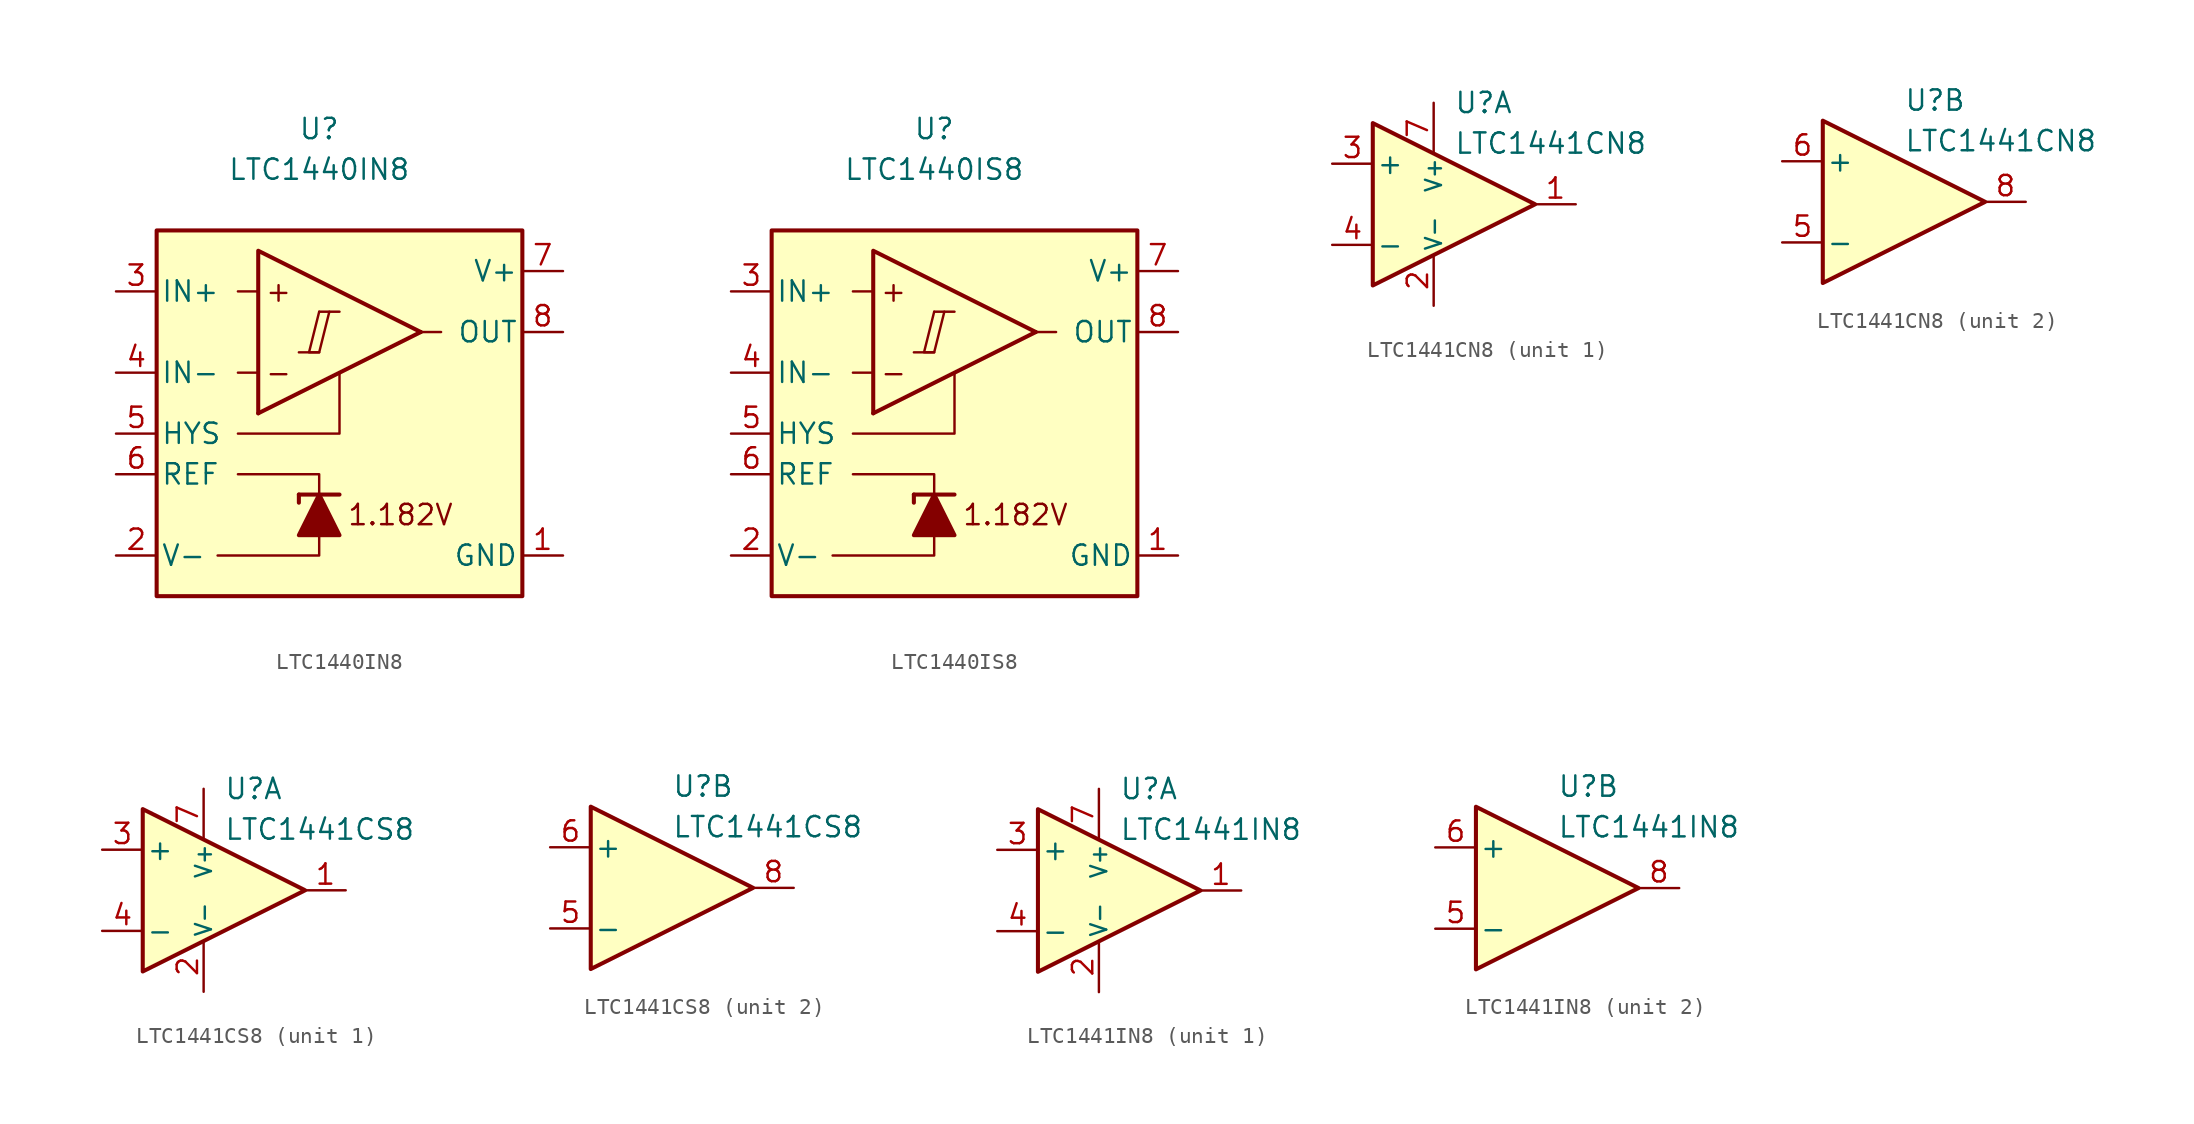
<source format=kicad_sym>
(kicad_symbol_lib
  (version 20231120)
  (generator "kicad_symbol_editor")
  (generator_version "8.0")
  (symbol "LTC1440IN8"
    (pin_names
      (offset 0.254))
    (property "Reference" "U"
      (at 0 16.51 0)
      (effects (font (size 1.27 1.27))))
    (property "Value" "LTC1440IN8"
      (at 0 13.97 0)
      (effects (font (size 1.27 1.27))))
    (symbol "LTC1440IN8_0_0"
      (polyline (pts (xy -1.27 2.54) (xy 0 2.54)) (stroke (width 0.152) (type default)) (fill (type none)))
      (polyline (pts (xy 0 5.08) (xy 1.27 5.08)) (stroke (width 0.152) (type default)) (fill (type none)))
      (polyline (pts (xy 6.35 3.81) (xy -3.81 -1.27)) (stroke (width 0.254) (type default)) (fill (type none)))
      (polyline (pts (xy 6.35 3.81) (xy -3.81 8.89) (xy -3.81 -1.27)) (stroke (width 0.254) (type default)) (fill (type background)))
      (polyline (pts (xy 0 5.08) (xy -0.635 2.54) (xy 0 2.54) (xy 0.635 5.08)) (stroke (width 0.152) (type default)) (fill (type none)))
      (text "+" (at -2.54 6.35 0) (effects (font (size 1.27 1.27))))
      (text "-" (at -2.54 1.27 0) (effects (font (size 1.27 1.27)))))
    (symbol "LTC1440IN8_0_1"
      (polyline (pts (xy -3.81 1.27) (xy -5.08 1.27)) (stroke (width 0) (type default)) (fill (type none)))
      (polyline (pts (xy -3.81 6.35) (xy -5.08 6.35)) (stroke (width 0) (type default)) (fill (type none)))
      (polyline (pts (xy -1.27 -6.35) (xy -1.27 -6.858)) (stroke (width 0.254) (type default)) (fill (type none)))
      (polyline (pts (xy -1.27 -6.35) (xy 1.27 -6.35)) (stroke (width 0.254) (type default)) (fill (type none)))
      (polyline (pts (xy 6.35 3.81) (xy 7.62 3.81)) (stroke (width 0) (type default)) (fill (type none)))
      (polyline (pts (xy 0 -8.89) (xy 0 -10.16) (xy -6.35 -10.16)) (stroke (width 0) (type default)) (fill (type none)))
      (polyline (pts (xy 0 -6.35) (xy 0 -5.08) (xy -5.08 -5.08)) (stroke (width 0) (type default)) (fill (type none)))
      (polyline (pts (xy 1.27 1.27) (xy 1.27 -2.54) (xy -5.08 -2.54)) (stroke (width 0) (type default)) (fill (type none)))
      (polyline (pts (xy 1.27 -8.89) (xy -1.27 -8.89) (xy 0 -6.35) (xy 1.27 -8.89)) (stroke (width 0.254) (type default)) (fill (type outline)))
      (rectangle (start 12.7 10.16) (end -10.16 -12.7) (stroke (width 0.254) (type default)) (fill (type background))))
    (symbol "LTC1440IN8_1_0"
      (text "1.182V" (at 5.08 -7.62 0) (effects (font (size 1.27 1.27)))))
    (symbol "LTC1440IN8_1_1"
      (pin power_in line (at 15.24 -10.16 180) (length 2.54) (name "GND" (effects (font (size 1.27 1.27)))) (number "1" (effects (font (size 1.27 1.27)))))
      (pin power_in line (at -12.7 -10.16 0) (length 2.54) (name "V-" (effects (font (size 1.27 1.27)))) (number "2" (effects (font (size 1.27 1.27)))))
      (pin input line (at -12.7 6.35 0) (length 2.54) (name "IN+" (effects (font (size 1.27 1.27)))) (number "3" (effects (font (size 1.27 1.27)))))
      (pin input line (at -12.7 1.27 0) (length 2.54) (name "IN-" (effects (font (size 1.27 1.27)))) (number "4" (effects (font (size 1.27 1.27)))))
      (pin input line (at -12.7 -2.54 0) (length 2.54) (name "HYS" (effects (font (size 1.27 1.27)))) (number "5" (effects (font (size 1.27 1.27)))))
      (pin output line (at -12.7 -5.08 0) (length 2.54) (name "REF" (effects (font (size 1.27 1.27)))) (number "6" (effects (font (size 1.27 1.27)))))
      (pin power_in line (at 15.24 7.62 180) (length 2.54) (name "V+" (effects (font (size 1.27 1.27)))) (number "7" (effects (font (size 1.27 1.27)))))
      (pin output line (at 15.24 3.81 180) (length 2.54) (name "OUT" (effects (font (size 1.27 1.27)))) (number "8" (effects (font (size 1.27 1.27)))))))
  (symbol "LTC1440IS8"
    (pin_names
      (offset 0.254))
    (property "Reference" "U"
      (at 0 16.51 0)
      (effects (font (size 1.27 1.27))))
    (property "Value" "LTC1440IS8"
      (at 0 13.97 0)
      (effects (font (size 1.27 1.27))))
    (symbol "LTC1440IS8_0_0"
      (polyline (pts (xy -1.27 2.54) (xy 0 2.54)) (stroke (width 0.152) (type default)) (fill (type none)))
      (polyline (pts (xy 0 5.08) (xy 1.27 5.08)) (stroke (width 0.152) (type default)) (fill (type none)))
      (polyline (pts (xy 6.35 3.81) (xy -3.81 -1.27)) (stroke (width 0.254) (type default)) (fill (type none)))
      (polyline (pts (xy 6.35 3.81) (xy -3.81 8.89) (xy -3.81 -1.27)) (stroke (width 0.254) (type default)) (fill (type background)))
      (polyline (pts (xy 0 5.08) (xy -0.635 2.54) (xy 0 2.54) (xy 0.635 5.08)) (stroke (width 0.152) (type default)) (fill (type none)))
      (text "+" (at -2.54 6.35 0) (effects (font (size 1.27 1.27))))
      (text "-" (at -2.54 1.27 0) (effects (font (size 1.27 1.27)))))
    (symbol "LTC1440IS8_0_1"
      (polyline (pts (xy -3.81 1.27) (xy -5.08 1.27)) (stroke (width 0) (type default)) (fill (type none)))
      (polyline (pts (xy -3.81 6.35) (xy -5.08 6.35)) (stroke (width 0) (type default)) (fill (type none)))
      (polyline (pts (xy -1.27 -6.35) (xy -1.27 -6.858)) (stroke (width 0.254) (type default)) (fill (type none)))
      (polyline (pts (xy -1.27 -6.35) (xy 1.27 -6.35)) (stroke (width 0.254) (type default)) (fill (type none)))
      (polyline (pts (xy 6.35 3.81) (xy 7.62 3.81)) (stroke (width 0) (type default)) (fill (type none)))
      (polyline (pts (xy 0 -8.89) (xy 0 -10.16) (xy -6.35 -10.16)) (stroke (width 0) (type default)) (fill (type none)))
      (polyline (pts (xy 0 -6.35) (xy 0 -5.08) (xy -5.08 -5.08)) (stroke (width 0) (type default)) (fill (type none)))
      (polyline (pts (xy 1.27 1.27) (xy 1.27 -2.54) (xy -5.08 -2.54)) (stroke (width 0) (type default)) (fill (type none)))
      (polyline (pts (xy 1.27 -8.89) (xy -1.27 -8.89) (xy 0 -6.35) (xy 1.27 -8.89)) (stroke (width 0.254) (type default)) (fill (type outline)))
      (rectangle (start 12.7 10.16) (end -10.16 -12.7) (stroke (width 0.254) (type default)) (fill (type background))))
    (symbol "LTC1440IS8_1_0"
      (text "1.182V" (at 5.08 -7.62 0) (effects (font (size 1.27 1.27)))))
    (symbol "LTC1440IS8_1_1"
      (pin power_in line (at 15.24 -10.16 180) (length 2.54) (name "GND" (effects (font (size 1.27 1.27)))) (number "1" (effects (font (size 1.27 1.27)))))
      (pin power_in line (at -12.7 -10.16 0) (length 2.54) (name "V-" (effects (font (size 1.27 1.27)))) (number "2" (effects (font (size 1.27 1.27)))))
      (pin input line (at -12.7 6.35 0) (length 2.54) (name "IN+" (effects (font (size 1.27 1.27)))) (number "3" (effects (font (size 1.27 1.27)))))
      (pin input line (at -12.7 1.27 0) (length 2.54) (name "IN-" (effects (font (size 1.27 1.27)))) (number "4" (effects (font (size 1.27 1.27)))))
      (pin input line (at -12.7 -2.54 0) (length 2.54) (name "HYS" (effects (font (size 1.27 1.27)))) (number "5" (effects (font (size 1.27 1.27)))))
      (pin output line (at -12.7 -5.08 0) (length 2.54) (name "REF" (effects (font (size 1.27 1.27)))) (number "6" (effects (font (size 1.27 1.27)))))
      (pin power_in line (at 15.24 7.62 180) (length 2.54) (name "V+" (effects (font (size 1.27 1.27)))) (number "7" (effects (font (size 1.27 1.27)))))
      (pin output line (at 15.24 3.81 180) (length 2.54) (name "OUT" (effects (font (size 1.27 1.27)))) (number "8" (effects (font (size 1.27 1.27)))))))
  (symbol "LTC1441CN8"
    (pin_names
      (offset 0.2))
    (property "Reference" "U"
      (at 1.27 6.35 0)
      (effects (font (size 1.27 1.27)) (justify left)))
    (property "Value" "LTC1441CN8"
      (at 1.27 3.81 0)
      (effects (font (size 1.27 1.27)) (justify left)))
    (property "ki_locked" ""
      (at 0 0 0)
      (effects (font (size 1.27 1.27))))
    (symbol "LTC1441CN8_0_1"
      (polyline (pts (xy -3.81 5.08) (xy -3.81 -5.08) (xy 6.35 0) (xy -3.81 5.08)) (stroke (width 0.254) (type default)) (fill (type background))))
    (symbol "LTC1441CN8_1_1"
      (pin output line (at 8.89 0 180) (length 2.54) (name "~" (effects (font (size 1.27 1.27)))) (number "1" (effects (font (size 1.27 1.27)))))
      (pin power_in line (at 0 -6.35 90) (length 3.18) (name "V-" (effects (font (size 1 1)))) (number "2" (effects (font (size 1.27 1.27)))))
      (pin input line (at -6.35 2.54 0) (length 2.54) (name "+" (effects (font (size 1.27 1.27)))) (number "3" (effects (font (size 1.27 1.27)))))
      (pin input line (at -6.35 -2.54 0) (length 2.54) (name "-" (effects (font (size 1.27 1.27)))) (number "4" (effects (font (size 1.27 1.27)))))
      (pin power_in line (at 0 6.35 270) (length 3.18) (name "V+" (effects (font (size 1 1)))) (number "7" (effects (font (size 1.27 1.27))))))
    (symbol "LTC1441CN8_2_1"
      (pin input line (at -6.35 -2.54 0) (length 2.54) (name "-" (effects (font (size 1.27 1.27)))) (number "5" (effects (font (size 1.27 1.27)))))
      (pin input line (at -6.35 2.54 0) (length 2.54) (name "+" (effects (font (size 1.27 1.27)))) (number "6" (effects (font (size 1.27 1.27)))))
      (pin output line (at 8.89 0 180) (length 2.54) (name "~" (effects (font (size 1.27 1.27)))) (number "8" (effects (font (size 1.27 1.27)))))))
  (symbol "LTC1441CS8"
    (pin_names
      (offset 0.2))
    (property "Reference" "U"
      (at 1.27 6.35 0)
      (effects (font (size 1.27 1.27)) (justify left)))
    (property "Value" "LTC1441CS8"
      (at 1.27 3.81 0)
      (effects (font (size 1.27 1.27)) (justify left)))
    (property "ki_locked" ""
      (at 0 0 0)
      (effects (font (size 1.27 1.27))))
    (symbol "LTC1441CS8_0_1"
      (polyline (pts (xy -3.81 5.08) (xy -3.81 -5.08) (xy 6.35 0) (xy -3.81 5.08)) (stroke (width 0.254) (type default)) (fill (type background))))
    (symbol "LTC1441CS8_1_1"
      (pin output line (at 8.89 0 180) (length 2.54) (name "~" (effects (font (size 1.27 1.27)))) (number "1" (effects (font (size 1.27 1.27)))))
      (pin power_in line (at 0 -6.35 90) (length 3.18) (name "V-" (effects (font (size 1 1)))) (number "2" (effects (font (size 1.27 1.27)))))
      (pin input line (at -6.35 2.54 0) (length 2.54) (name "+" (effects (font (size 1.27 1.27)))) (number "3" (effects (font (size 1.27 1.27)))))
      (pin input line (at -6.35 -2.54 0) (length 2.54) (name "-" (effects (font (size 1.27 1.27)))) (number "4" (effects (font (size 1.27 1.27)))))
      (pin power_in line (at 0 6.35 270) (length 3.18) (name "V+" (effects (font (size 1 1)))) (number "7" (effects (font (size 1.27 1.27))))))
    (symbol "LTC1441CS8_2_1"
      (pin input line (at -6.35 -2.54 0) (length 2.54) (name "-" (effects (font (size 1.27 1.27)))) (number "5" (effects (font (size 1.27 1.27)))))
      (pin input line (at -6.35 2.54 0) (length 2.54) (name "+" (effects (font (size 1.27 1.27)))) (number "6" (effects (font (size 1.27 1.27)))))
      (pin output line (at 8.89 0 180) (length 2.54) (name "~" (effects (font (size 1.27 1.27)))) (number "8" (effects (font (size 1.27 1.27)))))))
  (symbol "LTC1441IN8"
    (pin_names
      (offset 0.2))
    (property "Reference" "U"
      (at 1.27 6.35 0)
      (effects (font (size 1.27 1.27)) (justify left)))
    (property "Value" "LTC1441IN8"
      (at 1.27 3.81 0)
      (effects (font (size 1.27 1.27)) (justify left)))
    (property "ki_locked" ""
      (at 0 0 0)
      (effects (font (size 1.27 1.27))))
    (symbol "LTC1441IN8_0_1"
      (polyline (pts (xy -3.81 5.08) (xy -3.81 -5.08) (xy 6.35 0) (xy -3.81 5.08)) (stroke (width 0.254) (type default)) (fill (type background))))
    (symbol "LTC1441IN8_1_1"
      (pin output line (at 8.89 0 180) (length 2.54) (name "~" (effects (font (size 1.27 1.27)))) (number "1" (effects (font (size 1.27 1.27)))))
      (pin power_in line (at 0 -6.35 90) (length 3.18) (name "V-" (effects (font (size 1 1)))) (number "2" (effects (font (size 1.27 1.27)))))
      (pin input line (at -6.35 2.54 0) (length 2.54) (name "+" (effects (font (size 1.27 1.27)))) (number "3" (effects (font (size 1.27 1.27)))))
      (pin input line (at -6.35 -2.54 0) (length 2.54) (name "-" (effects (font (size 1.27 1.27)))) (number "4" (effects (font (size 1.27 1.27)))))
      (pin power_in line (at 0 6.35 270) (length 3.18) (name "V+" (effects (font (size 1 1)))) (number "7" (effects (font (size 1.27 1.27))))))
    (symbol "LTC1441IN8_2_1"
      (pin input line (at -6.35 -2.54 0) (length 2.54) (name "-" (effects (font (size 1.27 1.27)))) (number "5" (effects (font (size 1.27 1.27)))))
      (pin input line (at -6.35 2.54 0) (length 2.54) (name "+" (effects (font (size 1.27 1.27)))) (number "6" (effects (font (size 1.27 1.27)))))
      (pin output line (at 8.89 0 180) (length 2.54) (name "~" (effects (font (size 1.27 1.27)))) (number "8" (effects (font (size 1.27 1.27))))))))
</source>
